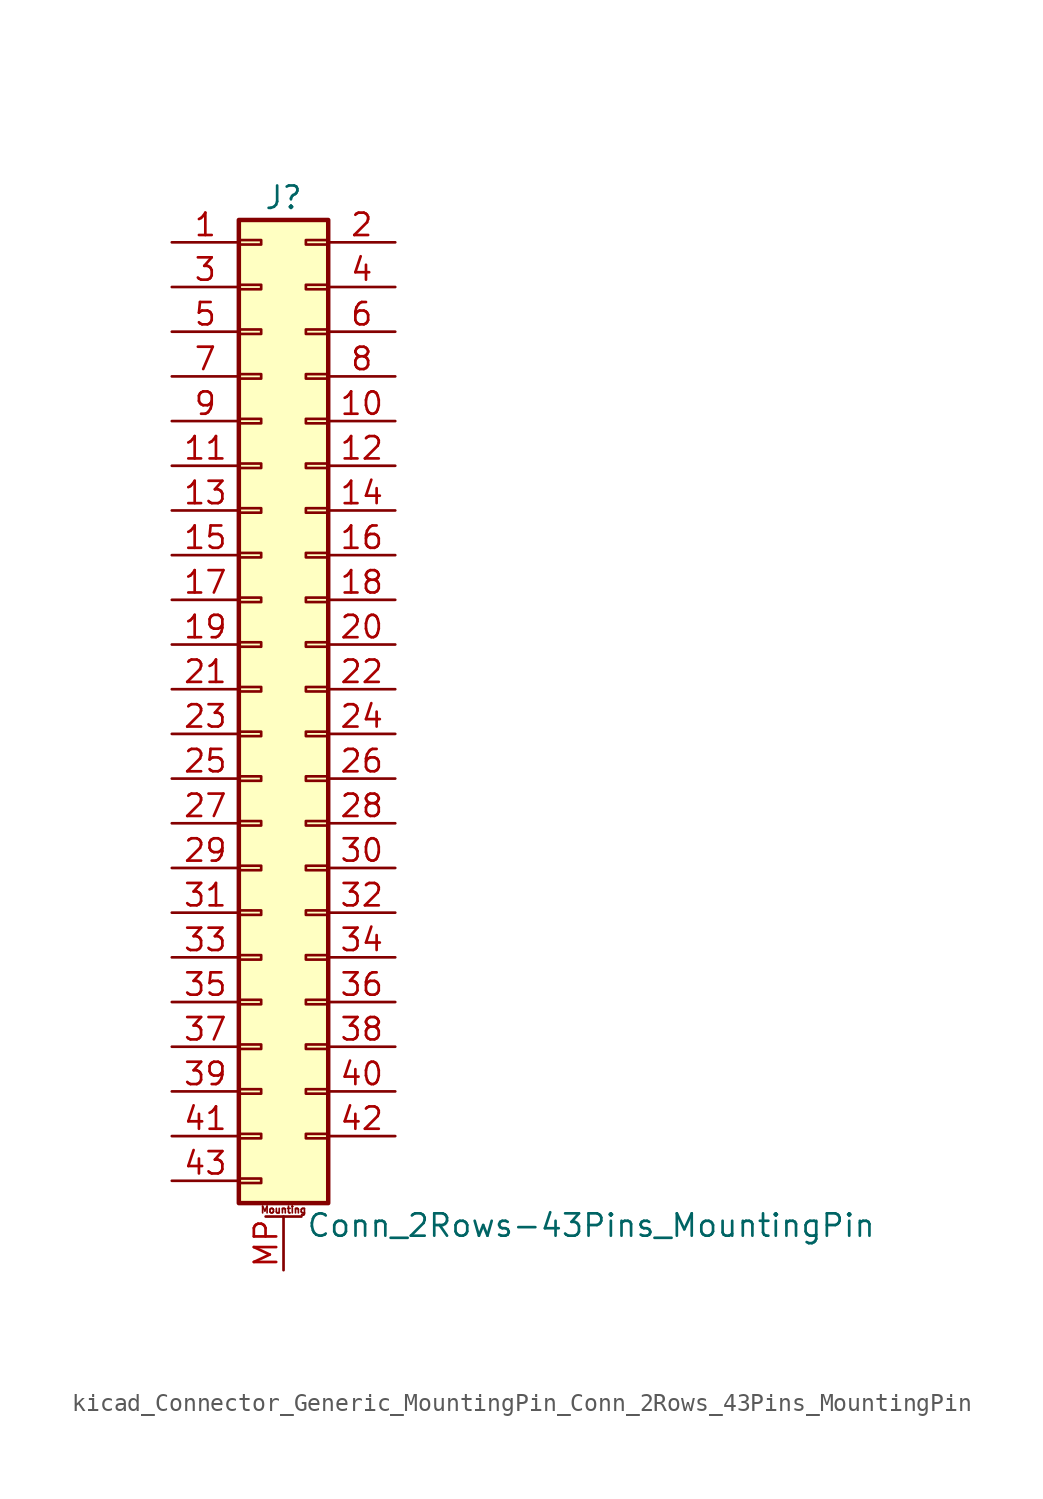
<source format=kicad_sym>
(kicad_symbol_lib
  (version 20220914)
  (generator kicad_symbol_editor)
  (symbol "kicad_Connector_Generic_MountingPin_Conn_2Rows_43Pins_MountingPin"
    (pin_names
      (offset 1.016) hide)
    (property "Reference" "J"
      (at 1.27 27.94 0)
      (effects (font (size 1.27 1.27))))
    (property "Value" "Conn_2Rows-43Pins_MountingPin"
      (at 2.54 -30.48 0)
      (effects (font (size 1.27 1.27)) (justify left)))
    (symbol "kicad_Connector_Generic_MountingPin_Conn_2Rows_43Pins_MountingPin_1_1"
      (rectangle (start -1.27 -27.813) (end 0 -28.067) (stroke (width 0.152) (type default)) (fill (type none)))
      (rectangle (start -1.27 -25.273) (end 0 -25.527) (stroke (width 0.152) (type default)) (fill (type none)))
      (rectangle (start -1.27 -22.733) (end 0 -22.987) (stroke (width 0.152) (type default)) (fill (type none)))
      (rectangle (start -1.27 -20.193) (end 0 -20.447) (stroke (width 0.152) (type default)) (fill (type none)))
      (rectangle (start -1.27 -17.653) (end 0 -17.907) (stroke (width 0.152) (type default)) (fill (type none)))
      (rectangle (start -1.27 -15.113) (end 0 -15.367) (stroke (width 0.152) (type default)) (fill (type none)))
      (rectangle (start -1.27 -12.573) (end 0 -12.827) (stroke (width 0.152) (type default)) (fill (type none)))
      (rectangle (start -1.27 -10.033) (end 0 -10.287) (stroke (width 0.152) (type default)) (fill (type none)))
      (rectangle (start -1.27 -7.493) (end 0 -7.747) (stroke (width 0.152) (type default)) (fill (type none)))
      (rectangle (start -1.27 -4.953) (end 0 -5.207) (stroke (width 0.152) (type default)) (fill (type none)))
      (rectangle (start -1.27 -2.413) (end 0 -2.667) (stroke (width 0.152) (type default)) (fill (type none)))
      (rectangle (start -1.27 0.127) (end 0 -0.127) (stroke (width 0.152) (type default)) (fill (type none)))
      (rectangle (start -1.27 2.667) (end 0 2.413) (stroke (width 0.152) (type default)) (fill (type none)))
      (rectangle (start -1.27 5.207) (end 0 4.953) (stroke (width 0.152) (type default)) (fill (type none)))
      (rectangle (start -1.27 7.747) (end 0 7.493) (stroke (width 0.152) (type default)) (fill (type none)))
      (rectangle (start -1.27 10.287) (end 0 10.033) (stroke (width 0.152) (type default)) (fill (type none)))
      (rectangle (start -1.27 12.827) (end 0 12.573) (stroke (width 0.152) (type default)) (fill (type none)))
      (rectangle (start -1.27 15.367) (end 0 15.113) (stroke (width 0.152) (type default)) (fill (type none)))
      (rectangle (start -1.27 17.907) (end 0 17.653) (stroke (width 0.152) (type default)) (fill (type none)))
      (rectangle (start -1.27 20.447) (end 0 20.193) (stroke (width 0.152) (type default)) (fill (type none)))
      (rectangle (start -1.27 22.987) (end 0 22.733) (stroke (width 0.152) (type default)) (fill (type none)))
      (rectangle (start -1.27 25.527) (end 0 25.273) (stroke (width 0.152) (type default)) (fill (type none)))
      (rectangle (start -1.27 26.67) (end 3.81 -29.21) (stroke (width 0.254) (type default)) (fill (type background)))
      (polyline (pts (xy 0.254 -29.972) (xy 2.286 -29.972)) (stroke (width 0.152) (type default)) (fill (type none)))
      (rectangle (start 3.81 -25.273) (end 2.54 -25.527) (stroke (width 0.152) (type default)) (fill (type none)))
      (rectangle (start 3.81 -22.733) (end 2.54 -22.987) (stroke (width 0.152) (type default)) (fill (type none)))
      (rectangle (start 3.81 -20.193) (end 2.54 -20.447) (stroke (width 0.152) (type default)) (fill (type none)))
      (rectangle (start 3.81 -17.653) (end 2.54 -17.907) (stroke (width 0.152) (type default)) (fill (type none)))
      (rectangle (start 3.81 -15.113) (end 2.54 -15.367) (stroke (width 0.152) (type default)) (fill (type none)))
      (rectangle (start 3.81 -12.573) (end 2.54 -12.827) (stroke (width 0.152) (type default)) (fill (type none)))
      (rectangle (start 3.81 -10.033) (end 2.54 -10.287) (stroke (width 0.152) (type default)) (fill (type none)))
      (rectangle (start 3.81 -7.493) (end 2.54 -7.747) (stroke (width 0.152) (type default)) (fill (type none)))
      (rectangle (start 3.81 -4.953) (end 2.54 -5.207) (stroke (width 0.152) (type default)) (fill (type none)))
      (rectangle (start 3.81 -2.413) (end 2.54 -2.667) (stroke (width 0.152) (type default)) (fill (type none)))
      (rectangle (start 3.81 0.127) (end 2.54 -0.127) (stroke (width 0.152) (type default)) (fill (type none)))
      (rectangle (start 3.81 2.667) (end 2.54 2.413) (stroke (width 0.152) (type default)) (fill (type none)))
      (rectangle (start 3.81 5.207) (end 2.54 4.953) (stroke (width 0.152) (type default)) (fill (type none)))
      (rectangle (start 3.81 7.747) (end 2.54 7.493) (stroke (width 0.152) (type default)) (fill (type none)))
      (rectangle (start 3.81 10.287) (end 2.54 10.033) (stroke (width 0.152) (type default)) (fill (type none)))
      (rectangle (start 3.81 12.827) (end 2.54 12.573) (stroke (width 0.152) (type default)) (fill (type none)))
      (rectangle (start 3.81 15.367) (end 2.54 15.113) (stroke (width 0.152) (type default)) (fill (type none)))
      (rectangle (start 3.81 17.907) (end 2.54 17.653) (stroke (width 0.152) (type default)) (fill (type none)))
      (rectangle (start 3.81 20.447) (end 2.54 20.193) (stroke (width 0.152) (type default)) (fill (type none)))
      (rectangle (start 3.81 22.987) (end 2.54 22.733) (stroke (width 0.152) (type default)) (fill (type none)))
      (rectangle (start 3.81 25.527) (end 2.54 25.273) (stroke (width 0.152) (type default)) (fill (type none)))
      (text "Mounting" (at 1.27 -29.591 0) (effects (font (size 0.381 0.381))))
      (pin passive line (at -5.08 25.4 0) (length 3.81) (name "Pin_1" (effects (font (size 1.27 1.27)))) (number "1" (effects (font (size 1.27 1.27)))))
      (pin passive line (at 7.62 15.24 180) (length 3.81) (name "Pin_10" (effects (font (size 1.27 1.27)))) (number "10" (effects (font (size 1.27 1.27)))))
      (pin passive line (at -5.08 12.7 0) (length 3.81) (name "Pin_11" (effects (font (size 1.27 1.27)))) (number "11" (effects (font (size 1.27 1.27)))))
      (pin passive line (at 7.62 12.7 180) (length 3.81) (name "Pin_12" (effects (font (size 1.27 1.27)))) (number "12" (effects (font (size 1.27 1.27)))))
      (pin passive line (at -5.08 10.16 0) (length 3.81) (name "Pin_13" (effects (font (size 1.27 1.27)))) (number "13" (effects (font (size 1.27 1.27)))))
      (pin passive line (at 7.62 10.16 180) (length 3.81) (name "Pin_14" (effects (font (size 1.27 1.27)))) (number "14" (effects (font (size 1.27 1.27)))))
      (pin passive line (at -5.08 7.62 0) (length 3.81) (name "Pin_15" (effects (font (size 1.27 1.27)))) (number "15" (effects (font (size 1.27 1.27)))))
      (pin passive line (at 7.62 7.62 180) (length 3.81) (name "Pin_16" (effects (font (size 1.27 1.27)))) (number "16" (effects (font (size 1.27 1.27)))))
      (pin passive line (at -5.08 5.08 0) (length 3.81) (name "Pin_17" (effects (font (size 1.27 1.27)))) (number "17" (effects (font (size 1.27 1.27)))))
      (pin passive line (at 7.62 5.08 180) (length 3.81) (name "Pin_18" (effects (font (size 1.27 1.27)))) (number "18" (effects (font (size 1.27 1.27)))))
      (pin passive line (at -5.08 2.54 0) (length 3.81) (name "Pin_19" (effects (font (size 1.27 1.27)))) (number "19" (effects (font (size 1.27 1.27)))))
      (pin passive line (at 7.62 25.4 180) (length 3.81) (name "Pin_2" (effects (font (size 1.27 1.27)))) (number "2" (effects (font (size 1.27 1.27)))))
      (pin passive line (at 7.62 2.54 180) (length 3.81) (name "Pin_20" (effects (font (size 1.27 1.27)))) (number "20" (effects (font (size 1.27 1.27)))))
      (pin passive line (at -5.08 0 0) (length 3.81) (name "Pin_21" (effects (font (size 1.27 1.27)))) (number "21" (effects (font (size 1.27 1.27)))))
      (pin passive line (at 7.62 0 180) (length 3.81) (name "Pin_22" (effects (font (size 1.27 1.27)))) (number "22" (effects (font (size 1.27 1.27)))))
      (pin passive line (at -5.08 -2.54 0) (length 3.81) (name "Pin_23" (effects (font (size 1.27 1.27)))) (number "23" (effects (font (size 1.27 1.27)))))
      (pin passive line (at 7.62 -2.54 180) (length 3.81) (name "Pin_24" (effects (font (size 1.27 1.27)))) (number "24" (effects (font (size 1.27 1.27)))))
      (pin passive line (at -5.08 -5.08 0) (length 3.81) (name "Pin_25" (effects (font (size 1.27 1.27)))) (number "25" (effects (font (size 1.27 1.27)))))
      (pin passive line (at 7.62 -5.08 180) (length 3.81) (name "Pin_26" (effects (font (size 1.27 1.27)))) (number "26" (effects (font (size 1.27 1.27)))))
      (pin passive line (at -5.08 -7.62 0) (length 3.81) (name "Pin_27" (effects (font (size 1.27 1.27)))) (number "27" (effects (font (size 1.27 1.27)))))
      (pin passive line (at 7.62 -7.62 180) (length 3.81) (name "Pin_28" (effects (font (size 1.27 1.27)))) (number "28" (effects (font (size 1.27 1.27)))))
      (pin passive line (at -5.08 -10.16 0) (length 3.81) (name "Pin_29" (effects (font (size 1.27 1.27)))) (number "29" (effects (font (size 1.27 1.27)))))
      (pin passive line (at -5.08 22.86 0) (length 3.81) (name "Pin_3" (effects (font (size 1.27 1.27)))) (number "3" (effects (font (size 1.27 1.27)))))
      (pin passive line (at 7.62 -10.16 180) (length 3.81) (name "Pin_30" (effects (font (size 1.27 1.27)))) (number "30" (effects (font (size 1.27 1.27)))))
      (pin passive line (at -5.08 -12.7 0) (length 3.81) (name "Pin_31" (effects (font (size 1.27 1.27)))) (number "31" (effects (font (size 1.27 1.27)))))
      (pin passive line (at 7.62 -12.7 180) (length 3.81) (name "Pin_32" (effects (font (size 1.27 1.27)))) (number "32" (effects (font (size 1.27 1.27)))))
      (pin passive line (at -5.08 -15.24 0) (length 3.81) (name "Pin_33" (effects (font (size 1.27 1.27)))) (number "33" (effects (font (size 1.27 1.27)))))
      (pin passive line (at 7.62 -15.24 180) (length 3.81) (name "Pin_34" (effects (font (size 1.27 1.27)))) (number "34" (effects (font (size 1.27 1.27)))))
      (pin passive line (at -5.08 -17.78 0) (length 3.81) (name "Pin_35" (effects (font (size 1.27 1.27)))) (number "35" (effects (font (size 1.27 1.27)))))
      (pin passive line (at 7.62 -17.78 180) (length 3.81) (name "Pin_36" (effects (font (size 1.27 1.27)))) (number "36" (effects (font (size 1.27 1.27)))))
      (pin passive line (at -5.08 -20.32 0) (length 3.81) (name "Pin_37" (effects (font (size 1.27 1.27)))) (number "37" (effects (font (size 1.27 1.27)))))
      (pin passive line (at 7.62 -20.32 180) (length 3.81) (name "Pin_38" (effects (font (size 1.27 1.27)))) (number "38" (effects (font (size 1.27 1.27)))))
      (pin passive line (at -5.08 -22.86 0) (length 3.81) (name "Pin_39" (effects (font (size 1.27 1.27)))) (number "39" (effects (font (size 1.27 1.27)))))
      (pin passive line (at 7.62 22.86 180) (length 3.81) (name "Pin_4" (effects (font (size 1.27 1.27)))) (number "4" (effects (font (size 1.27 1.27)))))
      (pin passive line (at 7.62 -22.86 180) (length 3.81) (name "Pin_40" (effects (font (size 1.27 1.27)))) (number "40" (effects (font (size 1.27 1.27)))))
      (pin passive line (at -5.08 -25.4 0) (length 3.81) (name "Pin_41" (effects (font (size 1.27 1.27)))) (number "41" (effects (font (size 1.27 1.27)))))
      (pin passive line (at 7.62 -25.4 180) (length 3.81) (name "Pin_42" (effects (font (size 1.27 1.27)))) (number "42" (effects (font (size 1.27 1.27)))))
      (pin passive line (at -5.08 -27.94 0) (length 3.81) (name "Pin_43" (effects (font (size 1.27 1.27)))) (number "43" (effects (font (size 1.27 1.27)))))
      (pin passive line (at -5.08 20.32 0) (length 3.81) (name "Pin_5" (effects (font (size 1.27 1.27)))) (number "5" (effects (font (size 1.27 1.27)))))
      (pin passive line (at 7.62 20.32 180) (length 3.81) (name "Pin_6" (effects (font (size 1.27 1.27)))) (number "6" (effects (font (size 1.27 1.27)))))
      (pin passive line (at -5.08 17.78 0) (length 3.81) (name "Pin_7" (effects (font (size 1.27 1.27)))) (number "7" (effects (font (size 1.27 1.27)))))
      (pin passive line (at 7.62 17.78 180) (length 3.81) (name "Pin_8" (effects (font (size 1.27 1.27)))) (number "8" (effects (font (size 1.27 1.27)))))
      (pin passive line (at -5.08 15.24 0) (length 3.81) (name "Pin_9" (effects (font (size 1.27 1.27)))) (number "9" (effects (font (size 1.27 1.27)))))
      (pin passive line (at 1.27 -33.02 90) (length 3.048) (name "MountPin" (effects (font (size 1.27 1.27)))) (number "MP" (effects (font (size 1.27 1.27))))))))
</source>
